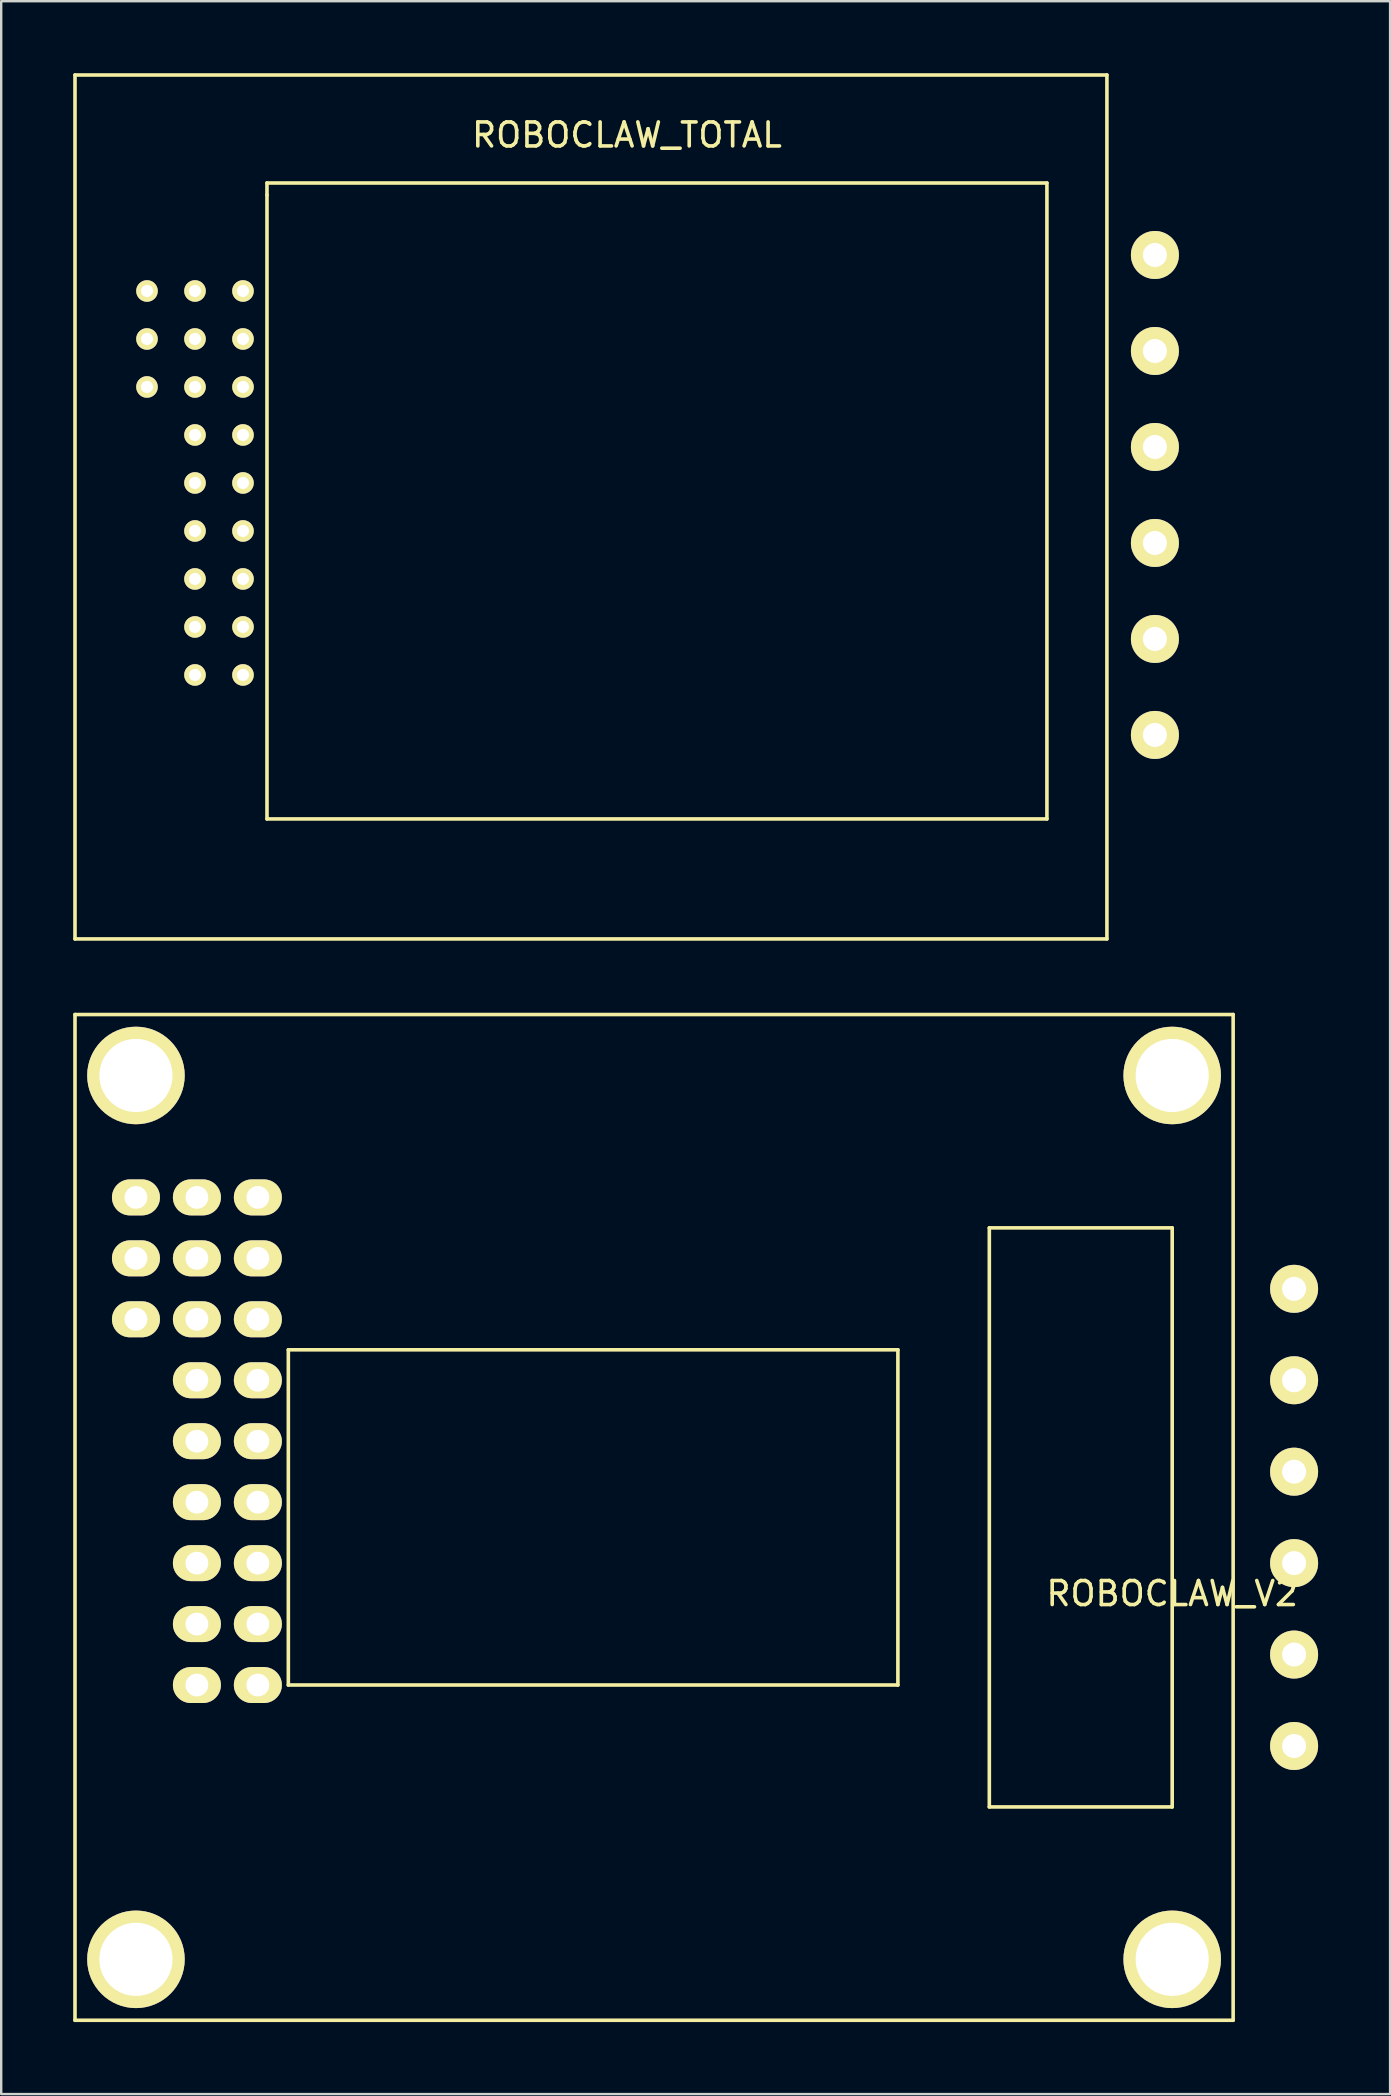
<source format=kicad_pcb>
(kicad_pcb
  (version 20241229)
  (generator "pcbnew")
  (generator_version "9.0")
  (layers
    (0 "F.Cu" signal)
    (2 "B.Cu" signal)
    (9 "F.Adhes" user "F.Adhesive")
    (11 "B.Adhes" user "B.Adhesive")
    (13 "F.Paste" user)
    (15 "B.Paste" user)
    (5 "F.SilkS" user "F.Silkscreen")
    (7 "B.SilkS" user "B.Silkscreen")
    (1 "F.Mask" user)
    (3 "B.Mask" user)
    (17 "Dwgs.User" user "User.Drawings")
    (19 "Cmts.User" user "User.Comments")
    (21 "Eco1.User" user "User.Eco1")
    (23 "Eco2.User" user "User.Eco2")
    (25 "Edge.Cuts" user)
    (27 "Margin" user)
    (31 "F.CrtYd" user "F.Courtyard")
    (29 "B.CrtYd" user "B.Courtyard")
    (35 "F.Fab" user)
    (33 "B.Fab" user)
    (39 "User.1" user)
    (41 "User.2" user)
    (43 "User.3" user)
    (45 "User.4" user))
  (footprint "ROBOCLAW_TOTAL"
    (layer "F.Cu")
    (at 23.075 17.575)
    (property "Reference" "ROBOCLAW_TOTAL" (at 0 -15 0) (layer "F.SilkS") (effects (font (size 1 1) (thickness 0.15))))
    (attr through_hole)
    (fp_line (start -23 -17.5) (end 20 -17.5) (stroke (width 0.15) (type solid)) (layer "F.SilkS"))
    (fp_line (start -23 18.5) (end -23 -17.5) (stroke (width 0.15) (type solid)) (layer "F.SilkS"))
    (fp_line (start -15 -13) (end -15 -12.5) (stroke (width 0.15) (type solid)) (layer "F.SilkS"))
    (fp_line (start -15 -12.5) (end -15 13.5) (stroke (width 0.15) (type solid)) (layer "F.SilkS"))
    (fp_line (start -15 13.5) (end 17.5 13.5) (stroke (width 0.15) (type solid)) (layer "F.SilkS"))
    (fp_line (start 17.5 -13) (end -15 -13) (stroke (width 0.15) (type solid)) (layer "F.SilkS"))
    (fp_line (start 17.5 13.5) (end 17.5 -13) (stroke (width 0.15) (type solid)) (layer "F.SilkS"))
    (fp_line (start 20 -17.5) (end 20 18.5) (stroke (width 0.15) (type solid)) (layer "F.SilkS"))
    (fp_line (start 20 18.5) (end -23 18.5) (stroke (width 0.15) (type solid)) (layer "F.SilkS"))
    (pad "1" thru_hole circle (at -20 -8.5 180) (size 0.9 0.9) (drill 0.5) (layers "*.Cu" "*.Mask" "F.SilkS"))
    (pad "2" thru_hole circle (at -18 -8.5 180) (size 0.9 0.9) (drill 0.5) (layers "*.Cu" "*.Mask" "F.SilkS"))
    (pad "3" thru_hole circle (at -16 -8.5 180) (size 0.9 0.9) (drill 0.5) (layers "*.Cu" "*.Mask" "F.SilkS"))
    (pad "4" thru_hole circle (at -20 -6.5 180) (size 0.9 0.9) (drill 0.5) (layers "*.Cu" "*.Mask" "F.SilkS"))
    (pad "5" thru_hole circle (at -18 -6.5 180) (size 0.9 0.9) (drill 0.5) (layers "*.Cu" "*.Mask" "F.SilkS"))
    (pad "6" thru_hole circle (at -16 -6.5 180) (size 0.9 0.9) (drill 0.5) (layers "*.Cu" "*.Mask" "F.SilkS"))
    (pad "7" thru_hole circle (at -20 -4.5 180) (size 0.9 0.9) (drill 0.5) (layers "*.Cu" "*.Mask" "F.SilkS"))
    (pad "8" thru_hole circle (at -18 -4.5 180) (size 0.9 0.9) (drill 0.5) (layers "*.Cu" "*.Mask" "F.SilkS"))
    (pad "9" thru_hole circle (at -16 -4.5 180) (size 0.9 0.9) (drill 0.5) (layers "*.Cu" "*.Mask" "F.SilkS"))
    (pad "10" thru_hole circle (at -18 -2.5 180) (size 0.9 0.9) (drill 0.5) (layers "*.Cu" "*.Mask" "F.SilkS"))
    (pad "11" thru_hole circle (at -16 -2.5 180) (size 0.9 0.9) (drill 0.5) (layers "*.Cu" "*.Mask" "F.SilkS"))
    (pad "12" thru_hole circle (at -18 -0.5 180) (size 0.9 0.9) (drill 0.5) (layers "*.Cu" "*.Mask" "F.SilkS"))
    (pad "13" thru_hole circle (at -16 -0.5 180) (size 0.9 0.9) (drill 0.5) (layers "*.Cu" "*.Mask" "F.SilkS"))
    (pad "14" thru_hole circle (at -18 1.5 180) (size 0.9 0.9) (drill 0.5) (layers "*.Cu" "*.Mask" "F.SilkS"))
    (pad "15" thru_hole circle (at -16 1.5 180) (size 0.9 0.9) (drill 0.5) (layers "*.Cu" "*.Mask" "F.SilkS"))
    (pad "16" thru_hole circle (at -18 3.5 180) (size 0.9 0.9) (drill 0.5) (layers "*.Cu" "*.Mask" "F.SilkS"))
    (pad "17" thru_hole circle (at -16 3.5 180) (size 0.9 0.9) (drill 0.5) (layers "*.Cu" "*.Mask" "F.SilkS"))
    (pad "18" thru_hole circle (at -18 5.5 180) (size 0.9 0.9) (drill 0.5) (layers "*.Cu" "*.Mask" "F.SilkS"))
    (pad "19" thru_hole circle (at -16 5.5 180) (size 0.9 0.9) (drill 0.5) (layers "*.Cu" "*.Mask" "F.SilkS"))
    (pad "20" thru_hole circle (at -18 7.5 180) (size 0.9 0.9) (drill 0.5) (layers "*.Cu" "*.Mask" "F.SilkS"))
    (pad "21" thru_hole circle (at -16 7.5 180) (size 0.9 0.9) (drill 0.5) (layers "*.Cu" "*.Mask" "F.SilkS"))
    (pad "22" thru_hole circle (at 22 -10) (size 2 2) (drill 1) (layers "*.Cu" "*.Mask" "F.SilkS"))
    (pad "23" thru_hole circle (at 22 -6) (size 2 2) (drill 1) (layers "*.Cu" "*.Mask" "F.SilkS"))
    (pad "24" thru_hole circle (at 22 -2) (size 2 2) (drill 1) (layers "*.Cu" "*.Mask" "F.SilkS"))
    (pad "25" thru_hole circle (at 22 2) (size 2 2) (drill 1) (layers "*.Cu" "*.Mask" "F.SilkS"))
    (pad "26" thru_hole circle (at 22 6) (size 2 2) (drill 1) (layers "*.Cu" "*.Mask" "F.SilkS"))
    (pad "27" thru_hole circle (at 22 10) (size 2 2) (drill 1) (layers "*.Cu" "*.Mask" "F.SilkS")))
  (footprint "ROBOCLAW_V2"
    (layer "F.Cu")
    (at 25.475 60.815)
    (property "Reference" "ROBOCLAW_V2" (at 20.32 2.54 0) (layer "F.SilkS") (effects (font (size 1 1) (thickness 0.15))))
    (attr through_hole)
    (fp_line (start -25.4 -21.59) (end -25.4 20.32) (stroke (width 0.15) (type solid)) (layer "F.SilkS"))
    (fp_line (start -25.4 20.32) (end 22.86 20.32) (stroke (width 0.15) (type solid)) (layer "F.SilkS"))
    (fp_line (start -16.51 -7.62) (end -16.51 6.35) (stroke (width 0.15) (type solid)) (layer "F.SilkS"))
    (fp_line (start -16.51 -7.62) (end 8.89 -7.62) (stroke (width 0.15) (type solid)) (layer "F.SilkS"))
    (fp_line (start -16.51 6.35) (end 8.89 6.35) (stroke (width 0.15) (type solid)) (layer "F.SilkS"))
    (fp_line (start 8.89 6.35) (end 8.89 -7.62) (stroke (width 0.15) (type solid)) (layer "F.SilkS"))
    (fp_line (start 12.7 -12.7) (end 20.32 -12.7) (stroke (width 0.15) (type solid)) (layer "F.SilkS"))
    (fp_line (start 12.7 11.43) (end 12.7 -12.7) (stroke (width 0.15) (type solid)) (layer "F.SilkS"))
    (fp_line (start 20.32 -12.7) (end 20.32 11.43) (stroke (width 0.15) (type solid)) (layer "F.SilkS"))
    (fp_line (start 20.32 11.43) (end 12.7 11.43) (stroke (width 0.15) (type solid)) (layer "F.SilkS"))
    (fp_line (start 22.86 -21.59) (end -25.4 -21.59) (stroke (width 0.15) (type solid)) (layer "F.SilkS"))
    (fp_line (start 22.86 20.32) (end 22.86 -21.59) (stroke (width 0.15) (type solid)) (layer "F.SilkS"))
    (pad "" thru_hole circle (at -22.86 -19.05) (size 4.064 4.064) (drill 3.048) (layers "*.Cu" "*.Mask" "F.SilkS"))
    (pad "" thru_hole circle (at -22.86 17.78) (size 4.064 4.064) (drill 3.048) (layers "*.Cu" "*.Mask" "F.SilkS"))
    (pad "" thru_hole circle (at 20.32 -19.05) (size 4.064 4.064) (drill 3.048) (layers "*.Cu" "*.Mask" "F.SilkS"))
    (pad "" thru_hole circle (at 20.32 17.78) (size 4.064 4.064) (drill 3.048) (layers "*.Cu" "*.Mask" "F.SilkS"))
    (pad "1" thru_hole oval (at -22.86 -13.97 90) (size 1.5 2) (drill 0.95) (layers "*.Cu" "*.Mask" "F.SilkS"))
    (pad "2" thru_hole oval (at -20.32 -13.97 90) (size 1.5 2) (drill 0.95) (layers "*.Cu" "*.Mask" "F.SilkS"))
    (pad "3" thru_hole oval (at -17.78 -13.97 90) (size 1.5 2) (drill 0.95) (layers "*.Cu" "*.Mask" "F.SilkS"))
    (pad "4" thru_hole oval (at -22.86 -11.43 90) (size 1.5 2) (drill 0.95) (layers "*.Cu" "*.Mask" "F.SilkS"))
    (pad "5" thru_hole oval (at -20.32 -11.43 90) (size 1.5 2) (drill 0.95) (layers "*.Cu" "*.Mask" "F.SilkS"))
    (pad "6" thru_hole oval (at -17.78 -11.43 90) (size 1.5 2) (drill 0.95) (layers "*.Cu" "*.Mask" "F.SilkS"))
    (pad "7" thru_hole oval (at -22.86 -8.89 90) (size 1.5 2) (drill 0.95) (layers "*.Cu" "*.Mask" "F.SilkS"))
    (pad "8" thru_hole oval (at -20.32 -8.89 90) (size 1.5 2) (drill 0.95) (layers "*.Cu" "*.Mask" "F.SilkS"))
    (pad "9" thru_hole oval (at -17.78 -8.89 90) (size 1.5 2) (drill 0.95) (layers "*.Cu" "*.Mask" "F.SilkS"))
    (pad "10" thru_hole oval (at -20.32 -6.35 90) (size 1.5 2) (drill 0.95) (layers "*.Cu" "*.Mask" "F.SilkS"))
    (pad "11" thru_hole oval (at -17.78 -6.35 90) (size 1.5 2) (drill 0.95) (layers "*.Cu" "*.Mask" "F.SilkS"))
    (pad "12" thru_hole oval (at -20.32 -3.81 90) (size 1.5 2) (drill 0.95) (layers "*.Cu" "*.Mask" "F.SilkS"))
    (pad "13" thru_hole oval (at -17.78 -3.81 90) (size 1.5 2) (drill 0.95) (layers "*.Cu" "*.Mask" "F.SilkS"))
    (pad "14" thru_hole oval (at -20.32 -1.27 90) (size 1.5 2) (drill 0.95) (layers "*.Cu" "*.Mask" "F.SilkS"))
    (pad "15" thru_hole oval (at -17.78 -1.27 90) (size 1.5 2) (drill 0.95) (layers "*.Cu" "*.Mask" "F.SilkS"))
    (pad "16" thru_hole oval (at -20.32 1.27 90) (size 1.5 2) (drill 0.95) (layers "*.Cu" "*.Mask" "F.SilkS"))
    (pad "17" thru_hole oval (at -17.78 1.27 90) (size 1.5 2) (drill 0.95) (layers "*.Cu" "*.Mask" "F.SilkS"))
    (pad "18" thru_hole oval (at -20.32 3.81 90) (size 1.5 2) (drill 0.95) (layers "*.Cu" "*.Mask" "F.SilkS"))
    (pad "19" thru_hole oval (at -17.78 3.81 90) (size 1.5 2) (drill 0.95) (layers "*.Cu" "*.Mask" "F.SilkS"))
    (pad "20" thru_hole oval (at -20.32 6.35 90) (size 1.5 2) (drill 0.95) (layers "*.Cu" "*.Mask" "F.SilkS"))
    (pad "21" thru_hole oval (at -17.78 6.35 90) (size 1.5 2) (drill 0.95) (layers "*.Cu" "*.Mask" "F.SilkS"))
    (pad "22" thru_hole circle (at 25.4 -10.16) (size 2 2) (drill 1) (layers "*.Cu" "*.Mask" "F.SilkS"))
    (pad "23" thru_hole circle (at 25.4 -6.35) (size 2 2) (drill 1) (layers "*.Cu" "*.Mask" "F.SilkS"))
    (pad "24" thru_hole circle (at 25.4 -2.54) (size 2 2) (drill 1) (layers "*.Cu" "*.Mask" "F.SilkS"))
    (pad "25" thru_hole circle (at 25.4 1.27) (size 2 2) (drill 1) (layers "*.Cu" "*.Mask" "F.SilkS"))
    (pad "26" thru_hole circle (at 25.4 5.08) (size 2 2) (drill 1) (layers "*.Cu" "*.Mask" "F.SilkS"))
    (pad "27" thru_hole circle (at 25.4 8.89) (size 2 2) (drill 1) (layers "*.Cu" "*.Mask" "F.SilkS")))
  (gr_rect
    (start -3 -3)
    (end 54.875 84.21)
    (stroke (width 0.1) (type default))
    (fill no)
    (layer "Edge.Cuts")))
</source>
